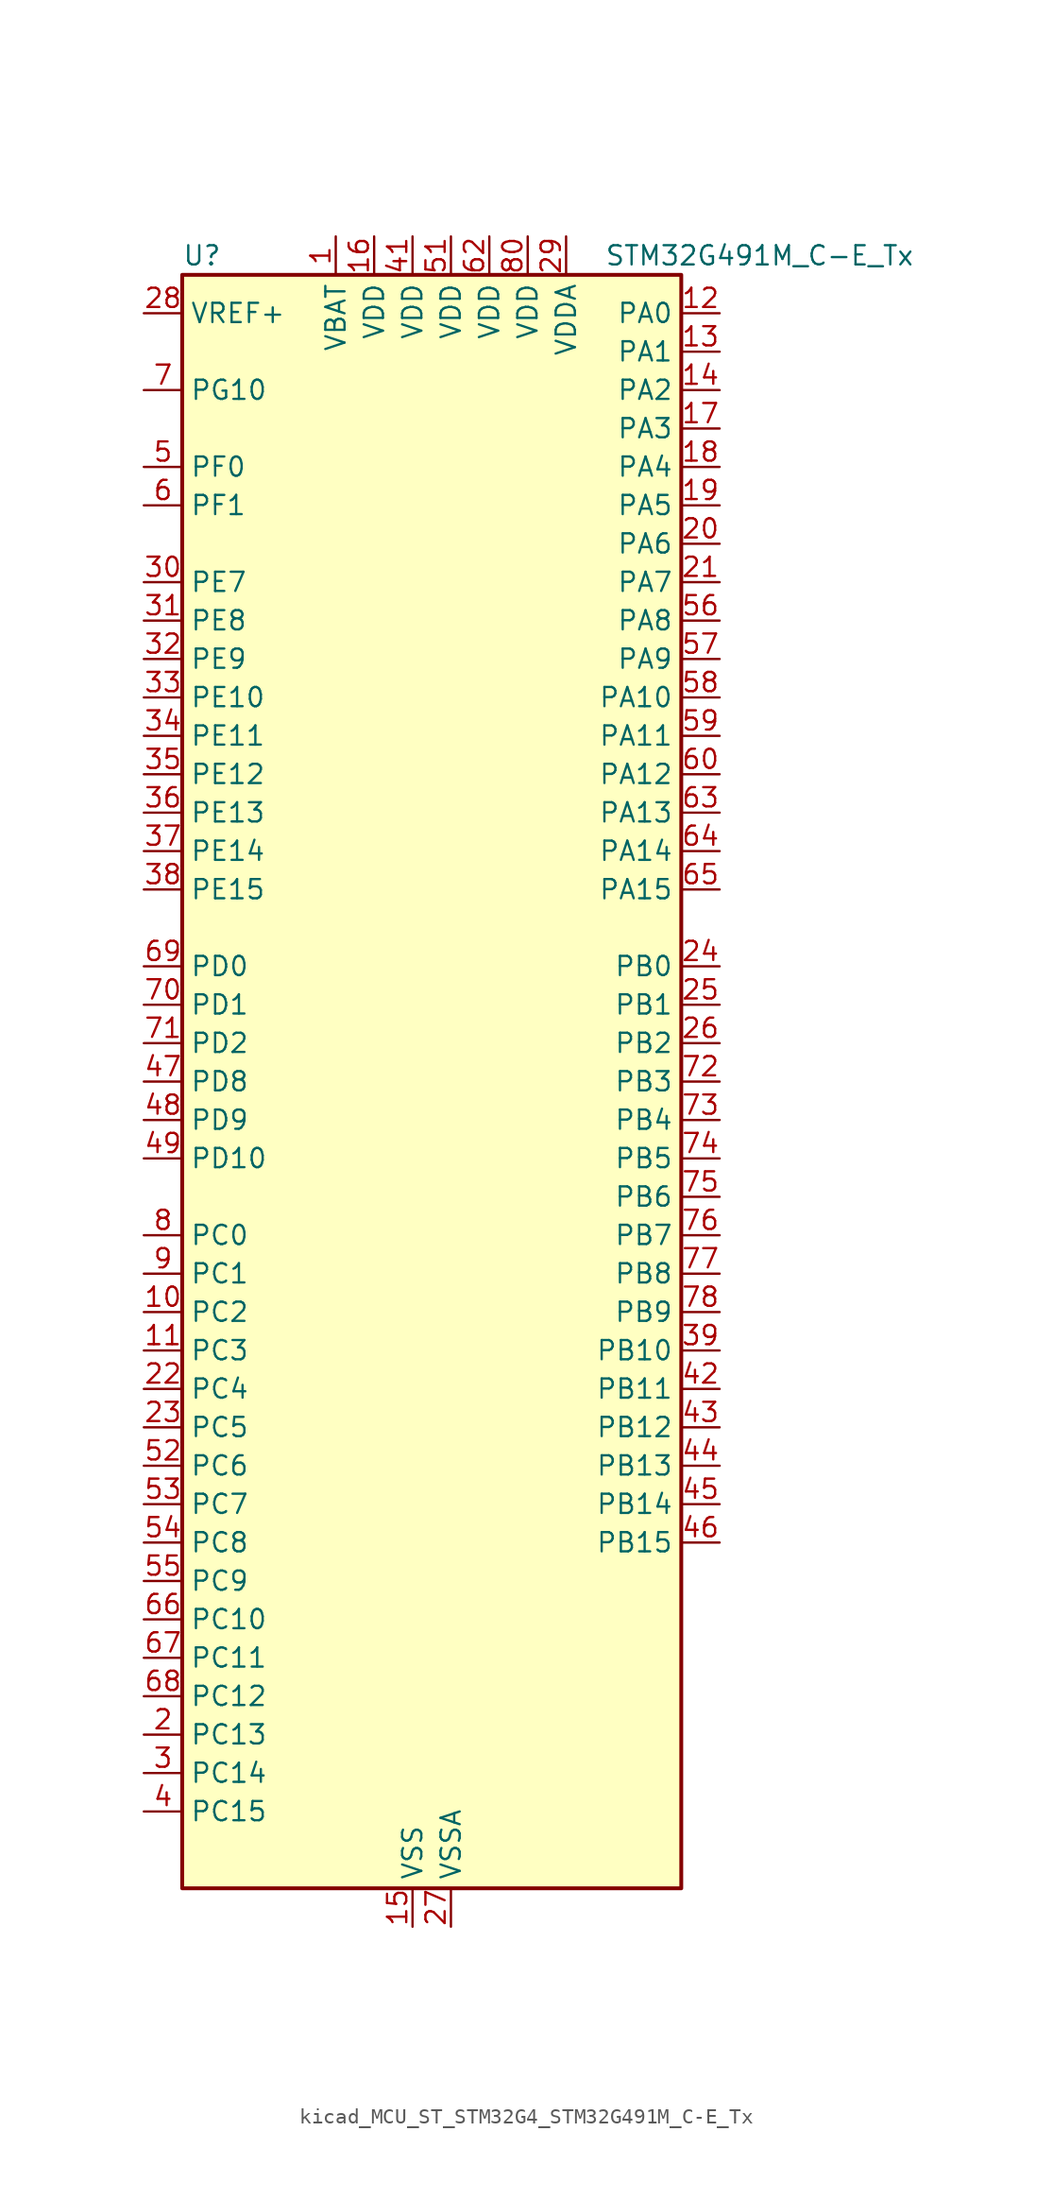
<source format=kicad_sym>
(kicad_symbol_lib
  (version 20220914)
  (generator kicad_symbol_editor)
  (symbol "kicad_MCU_ST_STM32G4_STM32G491M_C-E_Tx"
    (property "Reference" "U"
      (at -15.24 54.61 0)
      (effects (font (size 1.27 1.27)) (justify left)))
    (property "Value" "STM32G491M_C-E_Tx"
      (at 12.7 54.61 0)
      (effects (font (size 1.27 1.27)) (justify left)))
    (property "ki_locked" ""
      (at 0 0 0)
      (effects (font (size 1.27 1.27))))
    (symbol "kicad_MCU_ST_STM32G4_STM32G491M_C-E_Tx_0_1"
      (rectangle (start -15.24 -53.34) (end 17.78 53.34) (stroke (width 0.254) (type default)) (fill (type background))))
    (symbol "kicad_MCU_ST_STM32G4_STM32G491M_C-E_Tx_1_1"
      (pin power_in line (at -5.08 55.88 270) (length 2.54) (name "VBAT" (effects (font (size 1.27 1.27)))) (number "1" (effects (font (size 1.27 1.27)))))
      (pin bidirectional line (at -17.78 -15.24 0) (length 2.54) (name "PC2" (effects (font (size 1.27 1.27)))) (number "10" (effects (font (size 1.27 1.27)))) (alternate "ADC1_IN8" bidirectional line) (alternate "ADC2_IN8" bidirectional line) (alternate "ADC3_EXTI2" bidirectional line) (alternate "COMP3_OUT" bidirectional line) (alternate "LPTIM1_IN2" bidirectional line) (alternate "QUADSPI1_BK2_IO1" bidirectional line) (alternate "TIM1_CH3" bidirectional line) (alternate "TIM20_CH2" bidirectional line))
      (pin bidirectional line (at -17.78 -17.78 0) (length 2.54) (name "PC3" (effects (font (size 1.27 1.27)))) (number "11" (effects (font (size 1.27 1.27)))) (alternate "ADC1_IN9" bidirectional line) (alternate "ADC2_IN9" bidirectional line) (alternate "ADC3_EXTI3" bidirectional line) (alternate "LPTIM1_ETR" bidirectional line) (alternate "QUADSPI1_BK2_IO2" bidirectional line) (alternate "SAI1_D1" bidirectional line) (alternate "SAI1_SD_A" bidirectional line) (alternate "TIM1_BKIN2" bidirectional line) (alternate "TIM1_CH4" bidirectional line))
      (pin bidirectional line (at 20.32 50.8 180) (length 2.54) (name "PA0" (effects (font (size 1.27 1.27)))) (number "12" (effects (font (size 1.27 1.27)))) (alternate "ADC1_IN1" bidirectional line) (alternate "ADC2_IN1" bidirectional line) (alternate "COMP1_INM" bidirectional line) (alternate "COMP1_OUT" bidirectional line) (alternate "COMP3_INP" bidirectional line) (alternate "RTC_TAMP2" bidirectional line) (alternate "SYS_WKUP1" bidirectional line) (alternate "TIM2_CH1" bidirectional line) (alternate "TIM2_ETR" bidirectional line) (alternate "TIM8_BKIN" bidirectional line) (alternate "TIM8_ETR" bidirectional line) (alternate "USART2_CTS" bidirectional line) (alternate "USART2_NSS" bidirectional line))
      (pin bidirectional line (at 20.32 48.26 180) (length 2.54) (name "PA1" (effects (font (size 1.27 1.27)))) (number "13" (effects (font (size 1.27 1.27)))) (alternate "ADC1_IN2" bidirectional line) (alternate "ADC2_IN2" bidirectional line) (alternate "COMP1_INP" bidirectional line) (alternate "OPAMP1_VINP" bidirectional line) (alternate "OPAMP1_VINP_SEC" bidirectional line) (alternate "OPAMP3_VINP" bidirectional line) (alternate "OPAMP3_VINP_SEC" bidirectional line) (alternate "OPAMP6_VINM" bidirectional line) (alternate "OPAMP6_VINM0" bidirectional line) (alternate "OPAMP6_VINM_SEC" bidirectional line) (alternate "RTC_REFIN" bidirectional line) (alternate "TIM15_CH1N" bidirectional line) (alternate "TIM2_CH2" bidirectional line) (alternate "USART2_DE" bidirectional line) (alternate "USART2_RTS" bidirectional line))
      (pin bidirectional line (at 20.32 45.72 180) (length 2.54) (name "PA2" (effects (font (size 1.27 1.27)))) (number "14" (effects (font (size 1.27 1.27)))) (alternate "ADC1_IN3" bidirectional line) (alternate "ADC3_EXTI2" bidirectional line) (alternate "COMP2_INM" bidirectional line) (alternate "COMP2_OUT" bidirectional line) (alternate "LPUART1_TX" bidirectional line) (alternate "OPAMP1_VOUT" bidirectional line) (alternate "QUADSPI1_BK1_NCS" bidirectional line) (alternate "RCC_LSCO" bidirectional line) (alternate "SYS_WKUP4" bidirectional line) (alternate "TIM15_CH1" bidirectional line) (alternate "TIM2_CH3" bidirectional line) (alternate "UCPD1_FRSTX1" bidirectional line) (alternate "UCPD1_FRSTX2" bidirectional line) (alternate "USART2_TX" bidirectional line))
      (pin power_in line (at 0 -55.88 90) (length 2.54) (name "VSS" (effects (font (size 1.27 1.27)))) (number "15" (effects (font (size 1.27 1.27)))))
      (pin power_in line (at -2.54 55.88 270) (length 2.54) (name "VDD" (effects (font (size 1.27 1.27)))) (number "16" (effects (font (size 1.27 1.27)))))
      (pin bidirectional line (at 20.32 43.18 180) (length 2.54) (name "PA3" (effects (font (size 1.27 1.27)))) (number "17" (effects (font (size 1.27 1.27)))) (alternate "ADC1_IN4" bidirectional line) (alternate "ADC3_EXTI3" bidirectional line) (alternate "COMP2_INP" bidirectional line) (alternate "LPUART1_RX" bidirectional line) (alternate "OPAMP1_VINM" bidirectional line) (alternate "OPAMP1_VINM0" bidirectional line) (alternate "OPAMP1_VINM_SEC" bidirectional line) (alternate "OPAMP1_VINP" bidirectional line) (alternate "OPAMP1_VINP_SEC" bidirectional line) (alternate "QUADSPI1_CLK" bidirectional line) (alternate "SAI1_CK1" bidirectional line) (alternate "SAI1_MCLK_A" bidirectional line) (alternate "TIM15_CH2" bidirectional line) (alternate "TIM2_CH4" bidirectional line) (alternate "USART2_RX" bidirectional line))
      (pin bidirectional line (at 20.32 40.64 180) (length 2.54) (name "PA4" (effects (font (size 1.27 1.27)))) (number "18" (effects (font (size 1.27 1.27)))) (alternate "ADC2_IN17" bidirectional line) (alternate "COMP1_INM" bidirectional line) (alternate "DAC1_OUT1" bidirectional line) (alternate "I2S3_WS" bidirectional line) (alternate "SAI1_FS_B" bidirectional line) (alternate "SPI1_NSS" bidirectional line) (alternate "SPI3_NSS" bidirectional line) (alternate "TIM3_CH2" bidirectional line) (alternate "USART2_CK" bidirectional line))
      (pin bidirectional line (at 20.32 38.1 180) (length 2.54) (name "PA5" (effects (font (size 1.27 1.27)))) (number "19" (effects (font (size 1.27 1.27)))) (alternate "ADC2_IN13" bidirectional line) (alternate "COMP2_INM" bidirectional line) (alternate "DAC1_OUT2" bidirectional line) (alternate "OPAMP2_VINM" bidirectional line) (alternate "OPAMP2_VINM0" bidirectional line) (alternate "OPAMP2_VINM_SEC" bidirectional line) (alternate "SPI1_SCK" bidirectional line) (alternate "TIM2_CH1" bidirectional line) (alternate "TIM2_ETR" bidirectional line) (alternate "UCPD1_FRSTX1" bidirectional line) (alternate "UCPD1_FRSTX2" bidirectional line))
      (pin bidirectional line (at -17.78 -43.18 0) (length 2.54) (name "PC13" (effects (font (size 1.27 1.27)))) (number "2" (effects (font (size 1.27 1.27)))) (alternate "RTC_OUT1" bidirectional line) (alternate "RTC_TAMP1" bidirectional line) (alternate "RTC_TS" bidirectional line) (alternate "SYS_WKUP2" bidirectional line) (alternate "TIM1_BKIN" bidirectional line) (alternate "TIM1_CH1N" bidirectional line) (alternate "TIM8_CH4N" bidirectional line))
      (pin bidirectional line (at 20.32 35.56 180) (length 2.54) (name "PA6" (effects (font (size 1.27 1.27)))) (number "20" (effects (font (size 1.27 1.27)))) (alternate "ADC2_IN3" bidirectional line) (alternate "COMP1_OUT" bidirectional line) (alternate "LPUART1_CTS" bidirectional line) (alternate "OPAMP2_VOUT" bidirectional line) (alternate "QUADSPI1_BK1_IO3" bidirectional line) (alternate "SPI1_MISO" bidirectional line) (alternate "TIM16_CH1" bidirectional line) (alternate "TIM1_BKIN" bidirectional line) (alternate "TIM3_CH1" bidirectional line) (alternate "TIM8_BKIN" bidirectional line))
      (pin bidirectional line (at 20.32 33.02 180) (length 2.54) (name "PA7" (effects (font (size 1.27 1.27)))) (number "21" (effects (font (size 1.27 1.27)))) (alternate "ADC2_IN4" bidirectional line) (alternate "COMP2_INP" bidirectional line) (alternate "COMP2_OUT" bidirectional line) (alternate "OPAMP1_VINP" bidirectional line) (alternate "OPAMP1_VINP_SEC" bidirectional line) (alternate "OPAMP2_VINP" bidirectional line) (alternate "OPAMP2_VINP_SEC" bidirectional line) (alternate "QUADSPI1_BK1_IO2" bidirectional line) (alternate "SPI1_MOSI" bidirectional line) (alternate "TIM17_CH1" bidirectional line) (alternate "TIM1_CH1N" bidirectional line) (alternate "TIM3_CH2" bidirectional line) (alternate "TIM8_CH1N" bidirectional line) (alternate "UCPD1_FRSTX1" bidirectional line) (alternate "UCPD1_FRSTX2" bidirectional line))
      (pin bidirectional line (at -17.78 -20.32 0) (length 2.54) (name "PC4" (effects (font (size 1.27 1.27)))) (number "22" (effects (font (size 1.27 1.27)))) (alternate "ADC2_IN5" bidirectional line) (alternate "I2C2_SCL" bidirectional line) (alternate "QUADSPI1_BK2_IO3" bidirectional line) (alternate "TIM1_ETR" bidirectional line) (alternate "USART1_TX" bidirectional line))
      (pin bidirectional line (at -17.78 -22.86 0) (length 2.54) (name "PC5" (effects (font (size 1.27 1.27)))) (number "23" (effects (font (size 1.27 1.27)))) (alternate "ADC2_IN11" bidirectional line) (alternate "OPAMP1_VINM" bidirectional line) (alternate "OPAMP1_VINM1" bidirectional line) (alternate "OPAMP1_VINM_SEC" bidirectional line) (alternate "OPAMP2_VINM" bidirectional line) (alternate "OPAMP2_VINM1" bidirectional line) (alternate "OPAMP2_VINM_SEC" bidirectional line) (alternate "SAI1_D3" bidirectional line) (alternate "SYS_WKUP5" bidirectional line) (alternate "TIM15_BKIN" bidirectional line) (alternate "TIM1_CH4N" bidirectional line) (alternate "USART1_RX" bidirectional line))
      (pin bidirectional line (at 20.32 7.62 180) (length 2.54) (name "PB0" (effects (font (size 1.27 1.27)))) (number "24" (effects (font (size 1.27 1.27)))) (alternate "ADC1_IN15" bidirectional line) (alternate "ADC3_IN12" bidirectional line) (alternate "COMP4_INP" bidirectional line) (alternate "OPAMP2_VINP" bidirectional line) (alternate "OPAMP2_VINP_SEC" bidirectional line) (alternate "OPAMP3_VINP" bidirectional line) (alternate "OPAMP3_VINP_SEC" bidirectional line) (alternate "QUADSPI1_BK1_IO1" bidirectional line) (alternate "TIM1_CH2N" bidirectional line) (alternate "TIM3_CH3" bidirectional line) (alternate "TIM8_CH2N" bidirectional line) (alternate "UCPD1_FRSTX1" bidirectional line) (alternate "UCPD1_FRSTX2" bidirectional line))
      (pin bidirectional line (at 20.32 5.08 180) (length 2.54) (name "PB1" (effects (font (size 1.27 1.27)))) (number "25" (effects (font (size 1.27 1.27)))) (alternate "ADC1_IN12" bidirectional line) (alternate "ADC3_IN1" bidirectional line) (alternate "COMP1_INP" bidirectional line) (alternate "COMP4_OUT" bidirectional line) (alternate "LPUART1_DE" bidirectional line) (alternate "LPUART1_RTS" bidirectional line) (alternate "OPAMP3_VOUT" bidirectional line) (alternate "OPAMP6_VINM" bidirectional line) (alternate "OPAMP6_VINM1" bidirectional line) (alternate "OPAMP6_VINM_SEC" bidirectional line) (alternate "QUADSPI1_BK1_IO0" bidirectional line) (alternate "TIM1_CH3N" bidirectional line) (alternate "TIM3_CH4" bidirectional line) (alternate "TIM8_CH3N" bidirectional line))
      (pin bidirectional line (at 20.32 2.54 180) (length 2.54) (name "PB2" (effects (font (size 1.27 1.27)))) (number "26" (effects (font (size 1.27 1.27)))) (alternate "ADC2_IN12" bidirectional line) (alternate "ADC3_EXTI2" bidirectional line) (alternate "COMP4_INM" bidirectional line) (alternate "I2C3_SMBA" bidirectional line) (alternate "LPTIM1_OUT" bidirectional line) (alternate "OPAMP3_VINM" bidirectional line) (alternate "OPAMP3_VINM0" bidirectional line) (alternate "OPAMP3_VINM_SEC" bidirectional line) (alternate "QUADSPI1_BK2_IO1" bidirectional line) (alternate "RTC_OUT2" bidirectional line) (alternate "TIM20_CH1" bidirectional line))
      (pin power_in line (at 2.54 -55.88 90) (length 2.54) (name "VSSA" (effects (font (size 1.27 1.27)))) (number "27" (effects (font (size 1.27 1.27)))))
      (pin input line (at -17.78 50.8 0) (length 2.54) (name "VREF+" (effects (font (size 1.27 1.27)))) (number "28" (effects (font (size 1.27 1.27)))) (alternate "VREFBUF_OUT" bidirectional line))
      (pin power_in line (at 10.16 55.88 270) (length 2.54) (name "VDDA" (effects (font (size 1.27 1.27)))) (number "29" (effects (font (size 1.27 1.27)))))
      (pin bidirectional line (at -17.78 -45.72 0) (length 2.54) (name "PC14" (effects (font (size 1.27 1.27)))) (number "3" (effects (font (size 1.27 1.27)))) (alternate "RCC_OSC32_IN" bidirectional line))
      (pin bidirectional line (at -17.78 33.02 0) (length 2.54) (name "PE7" (effects (font (size 1.27 1.27)))) (number "30" (effects (font (size 1.27 1.27)))) (alternate "ADC3_IN4" bidirectional line) (alternate "COMP4_INP" bidirectional line) (alternate "SAI1_SD_B" bidirectional line) (alternate "TIM1_ETR" bidirectional line))
      (pin bidirectional line (at -17.78 30.48 0) (length 2.54) (name "PE8" (effects (font (size 1.27 1.27)))) (number "31" (effects (font (size 1.27 1.27)))) (alternate "ADC3_IN6" bidirectional line) (alternate "COMP4_INM" bidirectional line) (alternate "SAI1_SCK_B" bidirectional line) (alternate "TIM1_CH1N" bidirectional line))
      (pin bidirectional line (at -17.78 27.94 0) (length 2.54) (name "PE9" (effects (font (size 1.27 1.27)))) (number "32" (effects (font (size 1.27 1.27)))) (alternate "ADC3_IN2" bidirectional line) (alternate "DAC1_EXTI9" bidirectional line) (alternate "DAC3_EXTI9" bidirectional line) (alternate "SAI1_FS_B" bidirectional line) (alternate "TIM1_CH1" bidirectional line))
      (pin bidirectional line (at -17.78 25.4 0) (length 2.54) (name "PE10" (effects (font (size 1.27 1.27)))) (number "33" (effects (font (size 1.27 1.27)))) (alternate "ADC3_IN14" bidirectional line) (alternate "DAC1_EXTI10" bidirectional line) (alternate "DAC3_EXTI10" bidirectional line) (alternate "QUADSPI1_CLK" bidirectional line) (alternate "SAI1_MCLK_B" bidirectional line) (alternate "TIM1_CH2N" bidirectional line))
      (pin bidirectional line (at -17.78 22.86 0) (length 2.54) (name "PE11" (effects (font (size 1.27 1.27)))) (number "34" (effects (font (size 1.27 1.27)))) (alternate "ADC1_EXTI11" bidirectional line) (alternate "ADC2_EXTI11" bidirectional line) (alternate "ADC3_IN15" bidirectional line) (alternate "QUADSPI1_BK1_NCS" bidirectional line) (alternate "TIM1_CH2" bidirectional line))
      (pin bidirectional line (at -17.78 20.32 0) (length 2.54) (name "PE12" (effects (font (size 1.27 1.27)))) (number "35" (effects (font (size 1.27 1.27)))) (alternate "ADC3_IN16" bidirectional line) (alternate "QUADSPI1_BK1_IO0" bidirectional line) (alternate "TIM1_CH3N" bidirectional line))
      (pin bidirectional line (at -17.78 17.78 0) (length 2.54) (name "PE13" (effects (font (size 1.27 1.27)))) (number "36" (effects (font (size 1.27 1.27)))) (alternate "ADC3_IN3" bidirectional line) (alternate "QUADSPI1_BK1_IO1" bidirectional line) (alternate "TIM1_CH3" bidirectional line))
      (pin bidirectional line (at -17.78 15.24 0) (length 2.54) (name "PE14" (effects (font (size 1.27 1.27)))) (number "37" (effects (font (size 1.27 1.27)))) (alternate "QUADSPI1_BK1_IO2" bidirectional line) (alternate "TIM1_BKIN2" bidirectional line) (alternate "TIM1_CH4" bidirectional line))
      (pin bidirectional line (at -17.78 12.7 0) (length 2.54) (name "PE15" (effects (font (size 1.27 1.27)))) (number "38" (effects (font (size 1.27 1.27)))) (alternate "ADC1_EXTI15" bidirectional line) (alternate "ADC2_EXTI15" bidirectional line) (alternate "QUADSPI1_BK1_IO3" bidirectional line) (alternate "TIM1_BKIN" bidirectional line) (alternate "TIM1_CH4N" bidirectional line) (alternate "USART3_RX" bidirectional line))
      (pin bidirectional line (at 20.32 -17.78 180) (length 2.54) (name "PB10" (effects (font (size 1.27 1.27)))) (number "39" (effects (font (size 1.27 1.27)))) (alternate "DAC1_EXTI10" bidirectional line) (alternate "DAC3_EXTI10" bidirectional line) (alternate "LPUART1_RX" bidirectional line) (alternate "OPAMP3_VINM" bidirectional line) (alternate "OPAMP3_VINM1" bidirectional line) (alternate "OPAMP3_VINM_SEC" bidirectional line) (alternate "QUADSPI1_CLK" bidirectional line) (alternate "SAI1_SCK_A" bidirectional line) (alternate "TIM1_BKIN" bidirectional line) (alternate "TIM2_CH3" bidirectional line) (alternate "USART3_TX" bidirectional line))
      (pin bidirectional line (at -17.78 -48.26 0) (length 2.54) (name "PC15" (effects (font (size 1.27 1.27)))) (number "4" (effects (font (size 1.27 1.27)))) (alternate "ADC1_EXTI15" bidirectional line) (alternate "ADC2_EXTI15" bidirectional line) (alternate "RCC_OSC32_OUT" bidirectional line))
      (pin passive line (at 0 -55.88 90) (length 2.54) hide (name "VSS" (effects (font (size 1.27 1.27)))) (number "40" (effects (font (size 1.27 1.27)))))
      (pin power_in line (at 0 55.88 270) (length 2.54) (name "VDD" (effects (font (size 1.27 1.27)))) (number "41" (effects (font (size 1.27 1.27)))))
      (pin bidirectional line (at 20.32 -20.32 180) (length 2.54) (name "PB11" (effects (font (size 1.27 1.27)))) (number "42" (effects (font (size 1.27 1.27)))) (alternate "ADC1_EXTI11" bidirectional line) (alternate "ADC1_IN14" bidirectional line) (alternate "ADC2_EXTI11" bidirectional line) (alternate "ADC2_IN14" bidirectional line) (alternate "LPUART1_TX" bidirectional line) (alternate "OPAMP6_VOUT" bidirectional line) (alternate "QUADSPI1_BK1_NCS" bidirectional line) (alternate "TIM2_CH4" bidirectional line) (alternate "USART3_RX" bidirectional line))
      (pin bidirectional line (at 20.32 -22.86 180) (length 2.54) (name "PB12" (effects (font (size 1.27 1.27)))) (number "43" (effects (font (size 1.27 1.27)))) (alternate "ADC1_IN11" bidirectional line) (alternate "FDCAN2_RX" bidirectional line) (alternate "I2C2_SMBA" bidirectional line) (alternate "I2S2_WS" bidirectional line) (alternate "LPUART1_DE" bidirectional line) (alternate "LPUART1_RTS" bidirectional line) (alternate "OPAMP6_VINP" bidirectional line) (alternate "OPAMP6_VINP_SEC" bidirectional line) (alternate "SPI2_NSS" bidirectional line) (alternate "TIM1_BKIN" bidirectional line) (alternate "USART3_CK" bidirectional line))
      (pin bidirectional line (at 20.32 -25.4 180) (length 2.54) (name "PB13" (effects (font (size 1.27 1.27)))) (number "44" (effects (font (size 1.27 1.27)))) (alternate "ADC3_IN5" bidirectional line) (alternate "FDCAN2_TX" bidirectional line) (alternate "I2S2_CK" bidirectional line) (alternate "LPUART1_CTS" bidirectional line) (alternate "OPAMP3_VINP" bidirectional line) (alternate "OPAMP3_VINP_SEC" bidirectional line) (alternate "OPAMP6_VINP" bidirectional line) (alternate "OPAMP6_VINP_SEC" bidirectional line) (alternate "SPI2_SCK" bidirectional line) (alternate "TIM1_CH1N" bidirectional line) (alternate "USART3_CTS" bidirectional line) (alternate "USART3_NSS" bidirectional line))
      (pin bidirectional line (at 20.32 -27.94 180) (length 2.54) (name "PB14" (effects (font (size 1.27 1.27)))) (number "45" (effects (font (size 1.27 1.27)))) (alternate "ADC1_IN5" bidirectional line) (alternate "COMP4_OUT" bidirectional line) (alternate "OPAMP2_VINP" bidirectional line) (alternate "OPAMP2_VINP_SEC" bidirectional line) (alternate "SPI2_MISO" bidirectional line) (alternate "TIM15_CH1" bidirectional line) (alternate "TIM1_CH2N" bidirectional line) (alternate "USART3_DE" bidirectional line) (alternate "USART3_RTS" bidirectional line))
      (pin bidirectional line (at 20.32 -30.48 180) (length 2.54) (name "PB15" (effects (font (size 1.27 1.27)))) (number "46" (effects (font (size 1.27 1.27)))) (alternate "ADC1_EXTI15" bidirectional line) (alternate "ADC2_EXTI15" bidirectional line) (alternate "ADC2_IN15" bidirectional line) (alternate "COMP3_OUT" bidirectional line) (alternate "I2S2_SD" bidirectional line) (alternate "RTC_REFIN" bidirectional line) (alternate "SPI2_MOSI" bidirectional line) (alternate "TIM15_CH1N" bidirectional line) (alternate "TIM15_CH2" bidirectional line) (alternate "TIM1_CH3N" bidirectional line))
      (pin bidirectional line (at -17.78 0 0) (length 2.54) (name "PD8" (effects (font (size 1.27 1.27)))) (number "47" (effects (font (size 1.27 1.27)))) (alternate "USART3_TX" bidirectional line))
      (pin bidirectional line (at -17.78 -2.54 0) (length 2.54) (name "PD9" (effects (font (size 1.27 1.27)))) (number "48" (effects (font (size 1.27 1.27)))) (alternate "DAC1_EXTI9" bidirectional line) (alternate "DAC3_EXTI9" bidirectional line) (alternate "OPAMP6_VINP" bidirectional line) (alternate "OPAMP6_VINP_SEC" bidirectional line) (alternate "USART3_RX" bidirectional line))
      (pin bidirectional line (at -17.78 -5.08 0) (length 2.54) (name "PD10" (effects (font (size 1.27 1.27)))) (number "49" (effects (font (size 1.27 1.27)))) (alternate "ADC3_IN7" bidirectional line) (alternate "DAC1_EXTI10" bidirectional line) (alternate "DAC3_EXTI10" bidirectional line) (alternate "USART3_CK" bidirectional line))
      (pin bidirectional line (at -17.78 40.64 0) (length 2.54) (name "PF0" (effects (font (size 1.27 1.27)))) (number "5" (effects (font (size 1.27 1.27)))) (alternate "ADC1_IN10" bidirectional line) (alternate "I2C2_SDA" bidirectional line) (alternate "I2S2_WS" bidirectional line) (alternate "RCC_OSC_IN" bidirectional line) (alternate "SPI2_NSS" bidirectional line) (alternate "TIM1_CH3N" bidirectional line))
      (pin passive line (at 0 -55.88 90) (length 2.54) hide (name "VSS" (effects (font (size 1.27 1.27)))) (number "50" (effects (font (size 1.27 1.27)))))
      (pin power_in line (at 2.54 55.88 270) (length 2.54) (name "VDD" (effects (font (size 1.27 1.27)))) (number "51" (effects (font (size 1.27 1.27)))))
      (pin bidirectional line (at -17.78 -25.4 0) (length 2.54) (name "PC6" (effects (font (size 1.27 1.27)))) (number "52" (effects (font (size 1.27 1.27)))) (alternate "I2S2_MCK" bidirectional line) (alternate "TIM3_CH1" bidirectional line) (alternate "TIM8_CH1" bidirectional line))
      (pin bidirectional line (at -17.78 -27.94 0) (length 2.54) (name "PC7" (effects (font (size 1.27 1.27)))) (number "53" (effects (font (size 1.27 1.27)))) (alternate "I2S3_MCK" bidirectional line) (alternate "TIM3_CH2" bidirectional line) (alternate "TIM8_CH2" bidirectional line))
      (pin bidirectional line (at -17.78 -30.48 0) (length 2.54) (name "PC8" (effects (font (size 1.27 1.27)))) (number "54" (effects (font (size 1.27 1.27)))) (alternate "I2C3_SCL" bidirectional line) (alternate "TIM20_CH3" bidirectional line) (alternate "TIM3_CH3" bidirectional line) (alternate "TIM8_CH3" bidirectional line))
      (pin bidirectional line (at -17.78 -33.02 0) (length 2.54) (name "PC9" (effects (font (size 1.27 1.27)))) (number "55" (effects (font (size 1.27 1.27)))) (alternate "DAC1_EXTI9" bidirectional line) (alternate "DAC3_EXTI9" bidirectional line) (alternate "I2C3_SDA" bidirectional line) (alternate "I2S_CKIN" bidirectional line) (alternate "TIM3_CH4" bidirectional line) (alternate "TIM8_BKIN2" bidirectional line) (alternate "TIM8_CH4" bidirectional line))
      (pin bidirectional line (at 20.32 30.48 180) (length 2.54) (name "PA8" (effects (font (size 1.27 1.27)))) (number "56" (effects (font (size 1.27 1.27)))) (alternate "I2C2_SDA" bidirectional line) (alternate "I2C3_SCL" bidirectional line) (alternate "I2S2_MCK" bidirectional line) (alternate "RCC_MCO" bidirectional line) (alternate "SAI1_CK2" bidirectional line) (alternate "SAI1_SCK_A" bidirectional line) (alternate "TIM1_CH1" bidirectional line) (alternate "TIM4_ETR" bidirectional line) (alternate "USART1_CK" bidirectional line))
      (pin bidirectional line (at 20.32 27.94 180) (length 2.54) (name "PA9" (effects (font (size 1.27 1.27)))) (number "57" (effects (font (size 1.27 1.27)))) (alternate "DAC1_EXTI9" bidirectional line) (alternate "DAC3_EXTI9" bidirectional line) (alternate "I2C2_SCL" bidirectional line) (alternate "I2C3_SMBA" bidirectional line) (alternate "I2S3_MCK" bidirectional line) (alternate "SAI1_FS_A" bidirectional line) (alternate "TIM15_BKIN" bidirectional line) (alternate "TIM1_CH2" bidirectional line) (alternate "TIM2_CH3" bidirectional line) (alternate "UCPD1_DBCC1" bidirectional line) (alternate "USART1_TX" bidirectional line))
      (pin bidirectional line (at 20.32 25.4 180) (length 2.54) (name "PA10" (effects (font (size 1.27 1.27)))) (number "58" (effects (font (size 1.27 1.27)))) (alternate "CRS_SYNC" bidirectional line) (alternate "DAC1_EXTI10" bidirectional line) (alternate "DAC3_EXTI10" bidirectional line) (alternate "I2C2_SMBA" bidirectional line) (alternate "SAI1_D1" bidirectional line) (alternate "SAI1_SD_A" bidirectional line) (alternate "SPI2_MISO" bidirectional line) (alternate "TIM17_BKIN" bidirectional line) (alternate "TIM1_CH3" bidirectional line) (alternate "TIM2_CH4" bidirectional line) (alternate "TIM8_BKIN" bidirectional line) (alternate "UCPD1_DBCC2" bidirectional line) (alternate "USART1_RX" bidirectional line))
      (pin bidirectional line (at 20.32 22.86 180) (length 2.54) (name "PA11" (effects (font (size 1.27 1.27)))) (number "59" (effects (font (size 1.27 1.27)))) (alternate "ADC1_EXTI11" bidirectional line) (alternate "ADC2_EXTI11" bidirectional line) (alternate "COMP1_OUT" bidirectional line) (alternate "FDCAN1_RX" bidirectional line) (alternate "I2S2_SD" bidirectional line) (alternate "SPI2_MOSI" bidirectional line) (alternate "TIM1_BKIN2" bidirectional line) (alternate "TIM1_CH1N" bidirectional line) (alternate "TIM1_CH4" bidirectional line) (alternate "TIM4_CH1" bidirectional line) (alternate "USART1_CTS" bidirectional line) (alternate "USART1_NSS" bidirectional line) (alternate "USB_DM" bidirectional line))
      (pin bidirectional line (at -17.78 38.1 0) (length 2.54) (name "PF1" (effects (font (size 1.27 1.27)))) (number "6" (effects (font (size 1.27 1.27)))) (alternate "ADC2_IN10" bidirectional line) (alternate "COMP3_INM" bidirectional line) (alternate "I2S2_CK" bidirectional line) (alternate "RCC_OSC_OUT" bidirectional line) (alternate "SPI2_SCK" bidirectional line))
      (pin bidirectional line (at 20.32 20.32 180) (length 2.54) (name "PA12" (effects (font (size 1.27 1.27)))) (number "60" (effects (font (size 1.27 1.27)))) (alternate "COMP2_OUT" bidirectional line) (alternate "FDCAN1_TX" bidirectional line) (alternate "I2S_CKIN" bidirectional line) (alternate "TIM16_CH1" bidirectional line) (alternate "TIM1_CH2N" bidirectional line) (alternate "TIM1_ETR" bidirectional line) (alternate "TIM4_CH2" bidirectional line) (alternate "USART1_DE" bidirectional line) (alternate "USART1_RTS" bidirectional line) (alternate "USB_DP" bidirectional line))
      (pin passive line (at 0 -55.88 90) (length 2.54) hide (name "VSS" (effects (font (size 1.27 1.27)))) (number "61" (effects (font (size 1.27 1.27)))))
      (pin power_in line (at 5.08 55.88 270) (length 2.54) (name "VDD" (effects (font (size 1.27 1.27)))) (number "62" (effects (font (size 1.27 1.27)))))
      (pin bidirectional line (at 20.32 17.78 180) (length 2.54) (name "PA13" (effects (font (size 1.27 1.27)))) (number "63" (effects (font (size 1.27 1.27)))) (alternate "I2C1_SCL" bidirectional line) (alternate "IR_OUT" bidirectional line) (alternate "SAI1_SD_B" bidirectional line) (alternate "SYS_JTMS-SWDIO" bidirectional line) (alternate "TIM16_CH1N" bidirectional line) (alternate "TIM4_CH3" bidirectional line) (alternate "USART3_CTS" bidirectional line) (alternate "USART3_NSS" bidirectional line))
      (pin bidirectional line (at 20.32 15.24 180) (length 2.54) (name "PA14" (effects (font (size 1.27 1.27)))) (number "64" (effects (font (size 1.27 1.27)))) (alternate "I2C1_SDA" bidirectional line) (alternate "LPTIM1_OUT" bidirectional line) (alternate "SAI1_FS_B" bidirectional line) (alternate "SYS_JTCK-SWCLK" bidirectional line) (alternate "TIM1_BKIN" bidirectional line) (alternate "TIM8_CH2" bidirectional line) (alternate "USART2_TX" bidirectional line))
      (pin bidirectional line (at 20.32 12.7 180) (length 2.54) (name "PA15" (effects (font (size 1.27 1.27)))) (number "65" (effects (font (size 1.27 1.27)))) (alternate "ADC1_EXTI15" bidirectional line) (alternate "ADC2_EXTI15" bidirectional line) (alternate "I2C1_SCL" bidirectional line) (alternate "I2S3_WS" bidirectional line) (alternate "SPI1_NSS" bidirectional line) (alternate "SPI3_NSS" bidirectional line) (alternate "SYS_JTDI" bidirectional line) (alternate "TIM1_BKIN" bidirectional line) (alternate "TIM20_ETR" bidirectional line) (alternate "TIM2_CH1" bidirectional line) (alternate "TIM2_ETR" bidirectional line) (alternate "TIM8_CH1" bidirectional line) (alternate "UART4_DE" bidirectional line) (alternate "UART4_RTS" bidirectional line) (alternate "USART2_RX" bidirectional line))
      (pin bidirectional line (at -17.78 -35.56 0) (length 2.54) (name "PC10" (effects (font (size 1.27 1.27)))) (number "66" (effects (font (size 1.27 1.27)))) (alternate "DAC1_EXTI10" bidirectional line) (alternate "DAC3_EXTI10" bidirectional line) (alternate "I2S3_CK" bidirectional line) (alternate "SPI3_SCK" bidirectional line) (alternate "TIM8_CH1N" bidirectional line) (alternate "UART4_TX" bidirectional line) (alternate "USART3_TX" bidirectional line))
      (pin bidirectional line (at -17.78 -38.1 0) (length 2.54) (name "PC11" (effects (font (size 1.27 1.27)))) (number "67" (effects (font (size 1.27 1.27)))) (alternate "ADC1_EXTI11" bidirectional line) (alternate "ADC2_EXTI11" bidirectional line) (alternate "I2C3_SDA" bidirectional line) (alternate "SPI3_MISO" bidirectional line) (alternate "TIM8_CH2N" bidirectional line) (alternate "UART4_RX" bidirectional line) (alternate "USART3_RX" bidirectional line))
      (pin bidirectional line (at -17.78 -40.64 0) (length 2.54) (name "PC12" (effects (font (size 1.27 1.27)))) (number "68" (effects (font (size 1.27 1.27)))) (alternate "I2S3_SD" bidirectional line) (alternate "SPI3_MOSI" bidirectional line) (alternate "TIM8_CH3N" bidirectional line) (alternate "UART5_TX" bidirectional line) (alternate "UCPD1_FRSTX1" bidirectional line) (alternate "UCPD1_FRSTX2" bidirectional line) (alternate "USART3_CK" bidirectional line))
      (pin bidirectional line (at -17.78 7.62 0) (length 2.54) (name "PD0" (effects (font (size 1.27 1.27)))) (number "69" (effects (font (size 1.27 1.27)))) (alternate "FDCAN1_RX" bidirectional line) (alternate "TIM8_CH4N" bidirectional line))
      (pin bidirectional line (at -17.78 45.72 0) (length 2.54) (name "PG10" (effects (font (size 1.27 1.27)))) (number "7" (effects (font (size 1.27 1.27)))) (alternate "DAC1_EXTI10" bidirectional line) (alternate "DAC3_EXTI10" bidirectional line) (alternate "RCC_MCO" bidirectional line))
      (pin bidirectional line (at -17.78 5.08 0) (length 2.54) (name "PD1" (effects (font (size 1.27 1.27)))) (number "70" (effects (font (size 1.27 1.27)))) (alternate "FDCAN1_TX" bidirectional line) (alternate "TIM8_BKIN2" bidirectional line) (alternate "TIM8_CH4" bidirectional line))
      (pin bidirectional line (at -17.78 2.54 0) (length 2.54) (name "PD2" (effects (font (size 1.27 1.27)))) (number "71" (effects (font (size 1.27 1.27)))) (alternate "ADC3_EXTI2" bidirectional line) (alternate "TIM3_ETR" bidirectional line) (alternate "TIM8_BKIN" bidirectional line) (alternate "UART5_RX" bidirectional line))
      (pin bidirectional line (at 20.32 0 180) (length 2.54) (name "PB3" (effects (font (size 1.27 1.27)))) (number "72" (effects (font (size 1.27 1.27)))) (alternate "ADC3_EXTI3" bidirectional line) (alternate "CRS_SYNC" bidirectional line) (alternate "I2S3_CK" bidirectional line) (alternate "SAI1_SCK_B" bidirectional line) (alternate "SPI1_SCK" bidirectional line) (alternate "SPI3_SCK" bidirectional line) (alternate "SYS_JTDO-SWO" bidirectional line) (alternate "TIM2_CH2" bidirectional line) (alternate "TIM3_ETR" bidirectional line) (alternate "TIM4_ETR" bidirectional line) (alternate "TIM8_CH1N" bidirectional line) (alternate "USART2_TX" bidirectional line))
      (pin bidirectional line (at 20.32 -2.54 180) (length 2.54) (name "PB4" (effects (font (size 1.27 1.27)))) (number "73" (effects (font (size 1.27 1.27)))) (alternate "SAI1_MCLK_B" bidirectional line) (alternate "SPI1_MISO" bidirectional line) (alternate "SPI3_MISO" bidirectional line) (alternate "SYS_JTRST" bidirectional line) (alternate "TIM16_CH1" bidirectional line) (alternate "TIM17_BKIN" bidirectional line) (alternate "TIM3_CH1" bidirectional line) (alternate "TIM8_CH2N" bidirectional line) (alternate "UART5_DE" bidirectional line) (alternate "UART5_RTS" bidirectional line) (alternate "UCPD1_CC2" bidirectional line) (alternate "USART2_RX" bidirectional line))
      (pin bidirectional line (at 20.32 -5.08 180) (length 2.54) (name "PB5" (effects (font (size 1.27 1.27)))) (number "74" (effects (font (size 1.27 1.27)))) (alternate "FDCAN2_RX" bidirectional line) (alternate "I2C1_SMBA" bidirectional line) (alternate "I2C3_SDA" bidirectional line) (alternate "I2S3_SD" bidirectional line) (alternate "LPTIM1_IN1" bidirectional line) (alternate "SAI1_SD_B" bidirectional line) (alternate "SPI1_MOSI" bidirectional line) (alternate "SPI3_MOSI" bidirectional line) (alternate "TIM16_BKIN" bidirectional line) (alternate "TIM17_CH1" bidirectional line) (alternate "TIM3_CH2" bidirectional line) (alternate "TIM8_CH3N" bidirectional line) (alternate "UART5_CTS" bidirectional line) (alternate "USART2_CK" bidirectional line))
      (pin bidirectional line (at 20.32 -7.62 180) (length 2.54) (name "PB6" (effects (font (size 1.27 1.27)))) (number "75" (effects (font (size 1.27 1.27)))) (alternate "COMP4_OUT" bidirectional line) (alternate "FDCAN2_TX" bidirectional line) (alternate "LPTIM1_ETR" bidirectional line) (alternate "SAI1_FS_B" bidirectional line) (alternate "TIM16_CH1N" bidirectional line) (alternate "TIM4_CH1" bidirectional line) (alternate "TIM8_BKIN2" bidirectional line) (alternate "TIM8_CH1" bidirectional line) (alternate "TIM8_ETR" bidirectional line) (alternate "UCPD1_CC1" bidirectional line) (alternate "USART1_TX" bidirectional line))
      (pin bidirectional line (at 20.32 -10.16 180) (length 2.54) (name "PB7" (effects (font (size 1.27 1.27)))) (number "76" (effects (font (size 1.27 1.27)))) (alternate "COMP3_OUT" bidirectional line) (alternate "I2C1_SDA" bidirectional line) (alternate "LPTIM1_IN2" bidirectional line) (alternate "SYS_PVD_IN" bidirectional line) (alternate "TIM17_CH1N" bidirectional line) (alternate "TIM3_CH4" bidirectional line) (alternate "TIM4_CH2" bidirectional line) (alternate "TIM8_BKIN" bidirectional line) (alternate "UART4_CTS" bidirectional line) (alternate "USART1_RX" bidirectional line))
      (pin bidirectional line (at 20.32 -12.7 180) (length 2.54) (name "PB8" (effects (font (size 1.27 1.27)))) (number "77" (effects (font (size 1.27 1.27)))) (alternate "COMP1_OUT" bidirectional line) (alternate "FDCAN1_RX" bidirectional line) (alternate "I2C1_SCL" bidirectional line) (alternate "SAI1_CK1" bidirectional line) (alternate "SAI1_MCLK_A" bidirectional line) (alternate "TIM16_CH1" bidirectional line) (alternate "TIM1_BKIN" bidirectional line) (alternate "TIM4_CH3" bidirectional line) (alternate "TIM8_CH2" bidirectional line) (alternate "USART3_RX" bidirectional line))
      (pin bidirectional line (at 20.32 -15.24 180) (length 2.54) (name "PB9" (effects (font (size 1.27 1.27)))) (number "78" (effects (font (size 1.27 1.27)))) (alternate "COMP2_OUT" bidirectional line) (alternate "DAC1_EXTI9" bidirectional line) (alternate "DAC3_EXTI9" bidirectional line) (alternate "FDCAN1_TX" bidirectional line) (alternate "I2C1_SDA" bidirectional line) (alternate "IR_OUT" bidirectional line) (alternate "SAI1_D2" bidirectional line) (alternate "SAI1_FS_A" bidirectional line) (alternate "TIM17_CH1" bidirectional line) (alternate "TIM1_CH3N" bidirectional line) (alternate "TIM4_CH4" bidirectional line) (alternate "TIM8_CH3" bidirectional line) (alternate "USART3_TX" bidirectional line))
      (pin passive line (at 0 -55.88 90) (length 2.54) hide (name "VSS" (effects (font (size 1.27 1.27)))) (number "79" (effects (font (size 1.27 1.27)))))
      (pin bidirectional line (at -17.78 -10.16 0) (length 2.54) (name "PC0" (effects (font (size 1.27 1.27)))) (number "8" (effects (font (size 1.27 1.27)))) (alternate "ADC1_IN6" bidirectional line) (alternate "ADC2_IN6" bidirectional line) (alternate "COMP3_INM" bidirectional line) (alternate "LPTIM1_IN1" bidirectional line) (alternate "LPUART1_RX" bidirectional line) (alternate "TIM1_CH1" bidirectional line))
      (pin power_in line (at 7.62 55.88 270) (length 2.54) (name "VDD" (effects (font (size 1.27 1.27)))) (number "80" (effects (font (size 1.27 1.27)))))
      (pin bidirectional line (at -17.78 -12.7 0) (length 2.54) (name "PC1" (effects (font (size 1.27 1.27)))) (number "9" (effects (font (size 1.27 1.27)))) (alternate "ADC1_IN7" bidirectional line) (alternate "ADC2_IN7" bidirectional line) (alternate "COMP3_INP" bidirectional line) (alternate "LPTIM1_OUT" bidirectional line) (alternate "LPUART1_TX" bidirectional line) (alternate "QUADSPI1_BK2_IO0" bidirectional line) (alternate "SAI1_SD_A" bidirectional line) (alternate "TIM1_CH2" bidirectional line)))))
</source>
